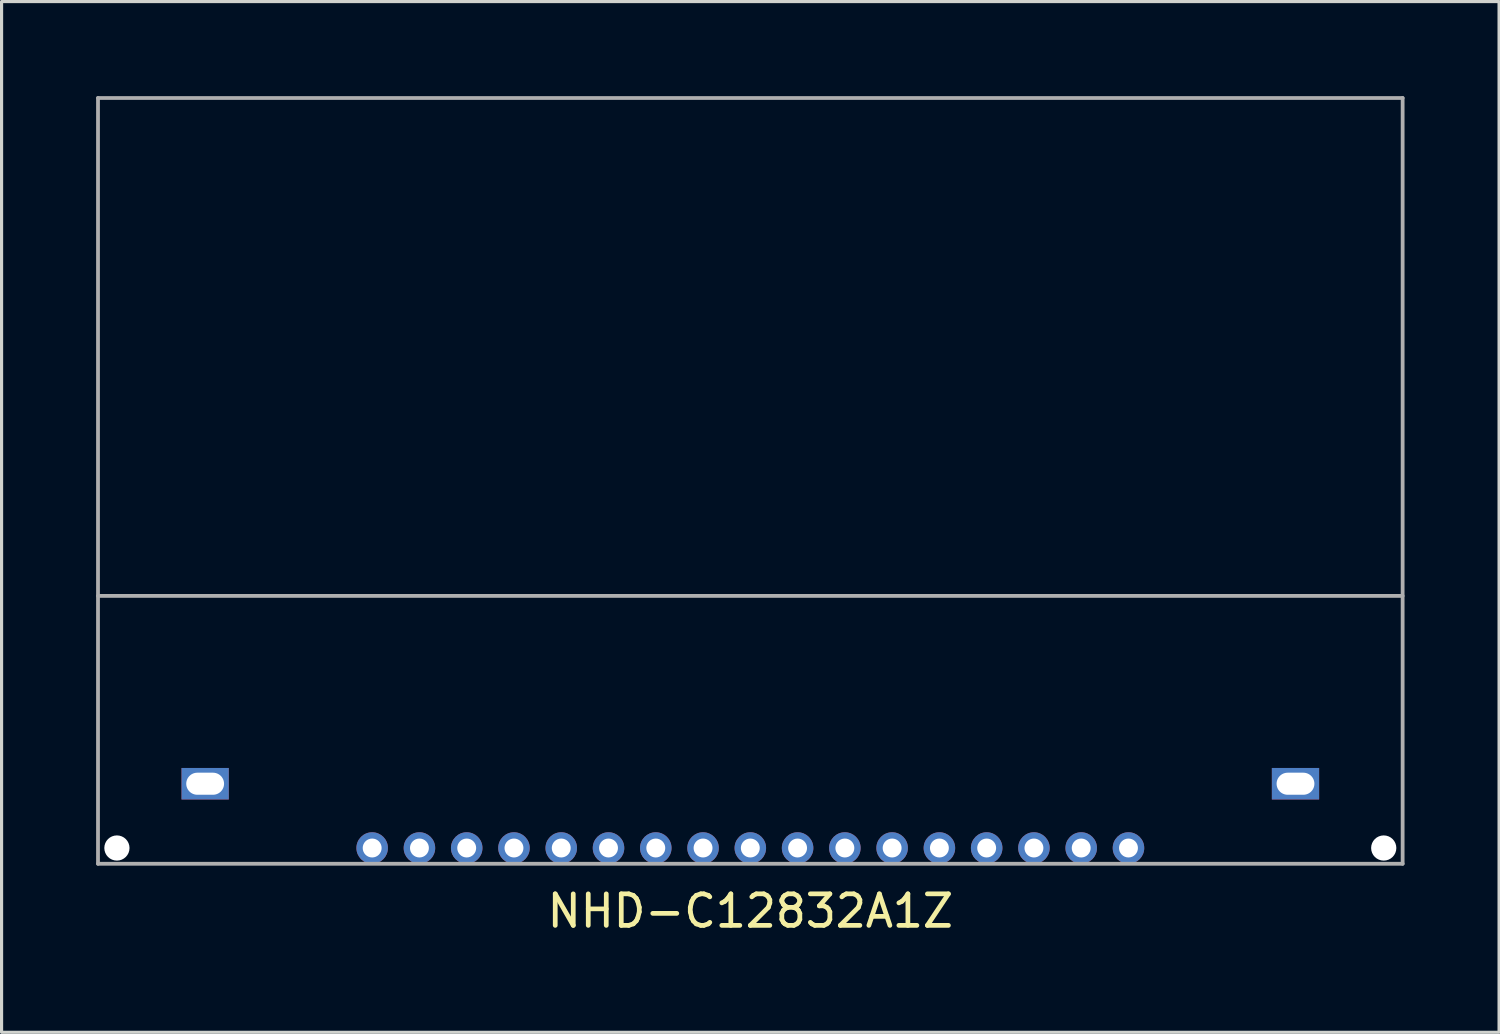
<source format=kicad_pcb>
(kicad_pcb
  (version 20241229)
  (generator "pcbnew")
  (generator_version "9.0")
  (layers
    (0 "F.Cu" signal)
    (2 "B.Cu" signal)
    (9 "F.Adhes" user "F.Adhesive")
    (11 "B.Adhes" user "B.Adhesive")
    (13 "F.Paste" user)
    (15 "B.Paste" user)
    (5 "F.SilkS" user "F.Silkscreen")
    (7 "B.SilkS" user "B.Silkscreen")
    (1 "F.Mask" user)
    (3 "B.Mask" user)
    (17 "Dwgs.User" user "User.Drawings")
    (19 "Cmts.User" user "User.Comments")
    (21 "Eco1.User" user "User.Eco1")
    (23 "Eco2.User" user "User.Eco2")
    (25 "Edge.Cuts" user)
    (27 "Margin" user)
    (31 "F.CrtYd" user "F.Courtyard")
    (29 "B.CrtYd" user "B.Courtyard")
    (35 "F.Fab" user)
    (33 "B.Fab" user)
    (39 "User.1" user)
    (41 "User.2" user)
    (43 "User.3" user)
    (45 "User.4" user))
  (footprint "NHD-C12832A1Z"
    (layer "F.Cu")
    (at 20.76 23.86)
    (property "Reference" "NHD-C12832A1Z" (at 0 2 0) (layer "F.SilkS") (effects (font (size 1 1) (thickness 0.15))))
    (attr through_hole)
    (fp_line (start -20.7 -23.8) (end 20.7 -23.8) (stroke (width 0.12) (type solid)) (layer "F.Fab"))
    (fp_line (start -20.7 -8) (end 20.7 -8) (stroke (width 0.12) (type solid)) (layer "F.Fab"))
    (fp_line (start -20.7 0.5) (end -20.7 -23.8) (stroke (width 0.12) (type solid)) (layer "F.Fab"))
    (fp_line (start 20.7 -23.8) (end 20.7 0.5) (stroke (width 0.12) (type solid)) (layer "F.Fab"))
    (fp_line (start 20.7 0.5) (end -20.7 0.5) (stroke (width 0.12) (type solid)) (layer "F.Fab"))
    (pad "" np_thru_hole circle (at -20.1 0) (size 0.8 0.8) (drill 0.8) (layers "*.Cu" "*.Mask"))
    (pad "" np_thru_hole circle (at 20.1 0) (size 0.8 0.8) (drill 0.8) (layers "*.Cu" "*.Mask"))
    (pad "1" thru_hole circle (at 12 0) (size 1 1) (drill 0.6) (layers "*.Cu" "*.Mask"))
    (pad "2" thru_hole circle (at 10.5 0) (size 1 1) (drill 0.6) (layers "*.Cu" "*.Mask"))
    (pad "3" thru_hole circle (at 9 0) (size 1 1) (drill 0.6) (layers "*.Cu" "*.Mask"))
    (pad "4" thru_hole circle (at 7.5 0) (size 1 1) (drill 0.6) (layers "*.Cu" "*.Mask"))
    (pad "5" thru_hole circle (at 6 0) (size 1 1) (drill 0.6) (layers "*.Cu" "*.Mask"))
    (pad "6" thru_hole circle (at 4.5 0) (size 1 1) (drill 0.6) (layers "*.Cu" "*.Mask"))
    (pad "7" thru_hole circle (at 3 0) (size 1 1) (drill 0.6) (layers "*.Cu" "*.Mask"))
    (pad "8" thru_hole circle (at 1.5 0) (size 1 1) (drill 0.6) (layers "*.Cu" "*.Mask"))
    (pad "9" thru_hole circle (at 0 0) (size 1 1) (drill 0.6) (layers "*.Cu" "*.Mask"))
    (pad "10" thru_hole circle (at -1.5 0) (size 1 1) (drill 0.6) (layers "*.Cu" "*.Mask"))
    (pad "11" thru_hole circle (at -3 0) (size 1 1) (drill 0.6) (layers "*.Cu" "*.Mask"))
    (pad "12" thru_hole circle (at -4.5 0) (size 1 1) (drill 0.6) (layers "*.Cu" "*.Mask"))
    (pad "13" thru_hole circle (at -6 0) (size 1 1) (drill 0.6) (layers "*.Cu" "*.Mask"))
    (pad "14" thru_hole circle (at -7.5 0) (size 1 1) (drill 0.6) (layers "*.Cu" "*.Mask"))
    (pad "15" thru_hole circle (at -9 0) (size 1 1) (drill 0.6) (layers "*.Cu" "*.Mask"))
    (pad "16" thru_hole circle (at -10.5 0) (size 1 1) (drill 0.6) (layers "*.Cu" "*.Mask"))
    (pad "17" thru_hole circle (at -12 0) (size 1 1) (drill 0.6) (layers "*.Cu" "*.Mask"))
    (pad "A" thru_hole rect (at 17.3 -2.04) (size 1.5 1) (drill oval 1.2 0.7) (layers "*.Cu" "*.Mask"))
    (pad "K" thru_hole rect (at -17.3 -2.04) (size 1.5 1) (drill oval 1.2 0.7) (layers "*.Cu" "*.Mask")))
  (gr_rect
    (start -3 -3)
    (end 44.52 29.708)
    (stroke (width 0.1) (type default))
    (fill no)
    (layer "Edge.Cuts")))
</source>
